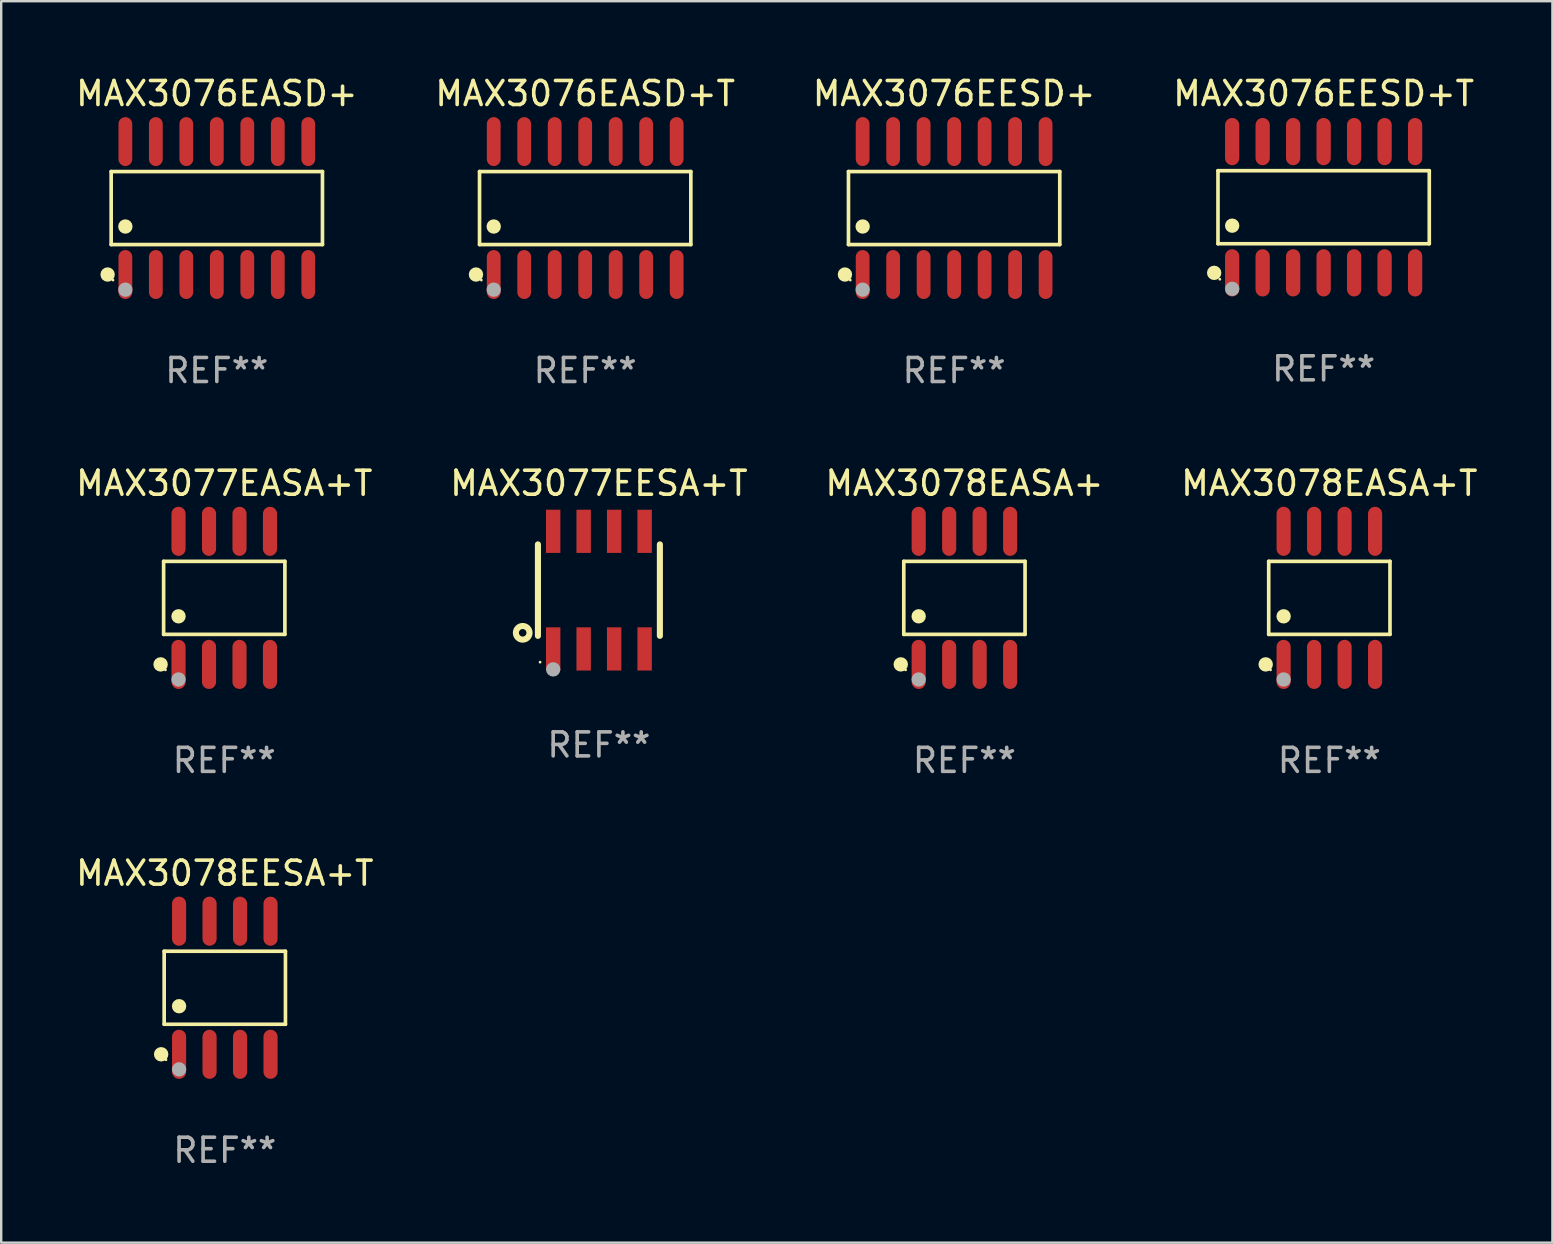
<source format=kicad_pcb>
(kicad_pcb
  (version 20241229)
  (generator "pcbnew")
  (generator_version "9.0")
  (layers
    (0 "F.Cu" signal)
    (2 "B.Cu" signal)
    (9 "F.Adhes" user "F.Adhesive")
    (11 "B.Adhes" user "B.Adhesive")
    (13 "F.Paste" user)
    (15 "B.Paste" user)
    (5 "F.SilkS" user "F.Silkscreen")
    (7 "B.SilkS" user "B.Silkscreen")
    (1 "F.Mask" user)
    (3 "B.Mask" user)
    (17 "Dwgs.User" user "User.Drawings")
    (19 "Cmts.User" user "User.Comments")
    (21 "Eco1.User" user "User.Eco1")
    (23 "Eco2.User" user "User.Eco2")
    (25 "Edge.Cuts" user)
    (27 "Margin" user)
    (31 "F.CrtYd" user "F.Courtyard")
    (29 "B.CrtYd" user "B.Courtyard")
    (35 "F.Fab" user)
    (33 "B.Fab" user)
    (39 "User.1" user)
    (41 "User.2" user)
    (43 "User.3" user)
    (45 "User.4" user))
  (footprint "MAX3077EESA+T"
    (layer "F.Cu")
    (at 21.899 21.533)
    (property "Reference" "MAX3077EESA+T" (at 0 -4.45 0) (layer "F.SilkS") (effects (font (size 1 1) (thickness 0.15))))
    (attr through_hole)
    (fp_line (start -2.54 -1.905) (end -2.54 1.905) (stroke (width 0.254) (type solid)) (layer "F.SilkS"))
    (fp_line (start 2.54 -1.905) (end 2.54 1.905) (stroke (width 0.254) (type solid)) (layer "F.SilkS"))
    (fp_circle (center -3.175 1.778) (end -2.891 1.778) (stroke (width 0.254) (type solid)) (fill no) (layer "F.SilkS"))
    (fp_circle (center -2.45 3) (end -2.42 3) (stroke (width 0.06) (type solid)) (fill no) (layer "F.SilkS"))
    (fp_circle (center -1.905 3.302) (end -1.755 3.302) (stroke (width 0.3) (type solid)) (fill no) (layer "F.Fab"))
    (fp_text user "REF**" (at 0 6.45 0) (layer "F.Fab") (effects (font (size 1 1) (thickness 0.15))))
    (pad "1" smd rect (at -1.905 2.45) (size 0.6 1.8) (layers "F.Cu" "F.Mask" "F.Paste"))
    (pad "2" smd rect (at -0.635 2.45) (size 0.6 1.8) (layers "F.Cu" "F.Mask" "F.Paste"))
    (pad "3" smd rect (at 0.635 2.45) (size 0.6 1.8) (layers "F.Cu" "F.Mask" "F.Paste"))
    (pad "4" smd rect (at 1.905 2.45) (size 0.6 1.8) (layers "F.Cu" "F.Mask" "F.Paste"))
    (pad "5" smd rect (at 1.905 -2.45 180) (size 0.6 1.8) (layers "F.Cu" "F.Mask" "F.Paste"))
    (pad "6" smd rect (at 0.635 -2.45 180) (size 0.6 1.8) (layers "F.Cu" "F.Mask" "F.Paste"))
    (pad "7" smd rect (at -0.635 -2.45 180) (size 0.6 1.8) (layers "F.Cu" "F.Mask" "F.Paste"))
    (pad "8" smd rect (at -1.905 -2.45 180) (size 0.6 1.8) (layers "F.Cu" "F.Mask" "F.Paste")))
  (footprint "MAX3077EASA+T"
    (layer "F.Cu")
    (at 6.292 21.855)
    (property "Reference" "MAX3077EASA+T" (at 0 -4.772 0) (layer "F.SilkS") (effects (font (size 1 1) (thickness 0.15))))
    (attr through_hole)
    (fp_line (start -2.526 -1.521) (end 2.526 -1.521) (stroke (width 0.152) (type solid)) (layer "F.SilkS"))
    (fp_line (start -2.526 1.521) (end -2.526 -1.521) (stroke (width 0.152) (type solid)) (layer "F.SilkS"))
    (fp_line (start 2.526 -1.521) (end 2.526 1.521) (stroke (width 0.152) (type solid)) (layer "F.SilkS"))
    (fp_line (start 2.526 1.521) (end -2.526 1.521) (stroke (width 0.152) (type solid)) (layer "F.SilkS"))
    (fp_circle (center -2.652 2.772) (end -2.501 2.772) (stroke (width 0.3) (type solid)) (fill no) (layer "F.SilkS"))
    (fp_circle (center -2.45 3) (end -2.42 3) (stroke (width 0.06) (type solid)) (fill no) (layer "F.SilkS"))
    (fp_circle (center -1.905 0.769) (end -1.755 0.769) (stroke (width 0.3) (type solid)) (fill no) (layer "F.SilkS"))
    (fp_circle (center -1.905 3.4) (end -1.755 3.4) (stroke (width 0.3) (type solid)) (fill no) (layer "F.Fab"))
    (fp_text user "REF**" (at 0 6.772 0) (layer "F.Fab") (effects (font (size 1 1) (thickness 0.15))))
    (pad "1" smd oval (at -1.905 2.772) (size 0.588 2.045) (layers "F.Cu" "F.Mask" "F.Paste"))
    (pad "2" smd oval (at -0.635 2.772) (size 0.588 2.045) (layers "F.Cu" "F.Mask" "F.Paste"))
    (pad "3" smd oval (at 0.635 2.772) (size 0.588 2.045) (layers "F.Cu" "F.Mask" "F.Paste"))
    (pad "4" smd oval (at 1.905 2.772) (size 0.588 2.045) (layers "F.Cu" "F.Mask" "F.Paste"))
    (pad "5" smd oval (at 1.905 -2.772) (size 0.588 2.045) (layers "F.Cu" "F.Mask" "F.Paste"))
    (pad "6" smd oval (at 0.635 -2.772) (size 0.588 2.045) (layers "F.Cu" "F.Mask" "F.Paste"))
    (pad "7" smd oval (at -0.635 -2.772) (size 0.588 2.045) (layers "F.Cu" "F.Mask" "F.Paste"))
    (pad "8" smd oval (at -1.905 -2.772) (size 0.588 2.045) (layers "F.Cu" "F.Mask" "F.Paste")))
  (footprint "MAX3078EASA+"
    (layer "F.Cu")
    (at 37.125 21.855)
    (property "Reference" "MAX3078EASA+" (at 0 -4.772 0) (layer "F.SilkS") (effects (font (size 1 1) (thickness 0.15))))
    (attr through_hole)
    (fp_line (start -2.526 -1.521) (end 2.526 -1.521) (stroke (width 0.152) (type solid)) (layer "F.SilkS"))
    (fp_line (start -2.526 1.521) (end -2.526 -1.521) (stroke (width 0.152) (type solid)) (layer "F.SilkS"))
    (fp_line (start 2.526 -1.521) (end 2.526 1.521) (stroke (width 0.152) (type solid)) (layer "F.SilkS"))
    (fp_line (start 2.526 1.521) (end -2.526 1.521) (stroke (width 0.152) (type solid)) (layer "F.SilkS"))
    (fp_circle (center -2.652 2.772) (end -2.501 2.772) (stroke (width 0.3) (type solid)) (fill no) (layer "F.SilkS"))
    (fp_circle (center -2.45 3) (end -2.42 3) (stroke (width 0.06) (type solid)) (fill no) (layer "F.SilkS"))
    (fp_circle (center -1.905 0.769) (end -1.755 0.769) (stroke (width 0.3) (type solid)) (fill no) (layer "F.SilkS"))
    (fp_circle (center -1.905 3.4) (end -1.755 3.4) (stroke (width 0.3) (type solid)) (fill no) (layer "F.Fab"))
    (fp_text user "REF**" (at 0 6.772 0) (layer "F.Fab") (effects (font (size 1 1) (thickness 0.15))))
    (pad "1" smd oval (at -1.905 2.772) (size 0.588 2.045) (layers "F.Cu" "F.Mask" "F.Paste"))
    (pad "2" smd oval (at -0.635 2.772) (size 0.588 2.045) (layers "F.Cu" "F.Mask" "F.Paste"))
    (pad "3" smd oval (at 0.635 2.772) (size 0.588 2.045) (layers "F.Cu" "F.Mask" "F.Paste"))
    (pad "4" smd oval (at 1.905 2.772) (size 0.588 2.045) (layers "F.Cu" "F.Mask" "F.Paste"))
    (pad "5" smd oval (at 1.905 -2.772) (size 0.588 2.045) (layers "F.Cu" "F.Mask" "F.Paste"))
    (pad "6" smd oval (at 0.635 -2.772) (size 0.588 2.045) (layers "F.Cu" "F.Mask" "F.Paste"))
    (pad "7" smd oval (at -0.635 -2.772) (size 0.588 2.045) (layers "F.Cu" "F.Mask" "F.Paste"))
    (pad "8" smd oval (at -1.905 -2.772) (size 0.588 2.045) (layers "F.Cu" "F.Mask" "F.Paste")))
  (footprint "MAX3078EESA+T"
    (layer "F.Cu")
    (at 6.315 38.097)
    (property "Reference" "MAX3078EESA+T" (at 0 -4.772 0) (layer "F.SilkS") (effects (font (size 1 1) (thickness 0.15))))
    (attr through_hole)
    (fp_line (start -2.526 -1.521) (end 2.526 -1.521) (stroke (width 0.152) (type solid)) (layer "F.SilkS"))
    (fp_line (start -2.526 1.521) (end -2.526 -1.521) (stroke (width 0.152) (type solid)) (layer "F.SilkS"))
    (fp_line (start 2.526 -1.521) (end 2.526 1.521) (stroke (width 0.152) (type solid)) (layer "F.SilkS"))
    (fp_line (start 2.526 1.521) (end -2.526 1.521) (stroke (width 0.152) (type solid)) (layer "F.SilkS"))
    (fp_circle (center -2.652 2.772) (end -2.501 2.772) (stroke (width 0.3) (type solid)) (fill no) (layer "F.SilkS"))
    (fp_circle (center -2.45 3) (end -2.42 3) (stroke (width 0.06) (type solid)) (fill no) (layer "F.SilkS"))
    (fp_circle (center -1.905 0.769) (end -1.755 0.769) (stroke (width 0.3) (type solid)) (fill no) (layer "F.SilkS"))
    (fp_circle (center -1.905 3.4) (end -1.755 3.4) (stroke (width 0.3) (type solid)) (fill no) (layer "F.Fab"))
    (fp_text user "REF**" (at 0 6.772 0) (layer "F.Fab") (effects (font (size 1 1) (thickness 0.15))))
    (pad "1" smd oval (at -1.905 2.772) (size 0.588 2.045) (layers "F.Cu" "F.Mask" "F.Paste"))
    (pad "2" smd oval (at -0.635 2.772) (size 0.588 2.045) (layers "F.Cu" "F.Mask" "F.Paste"))
    (pad "3" smd oval (at 0.635 2.772) (size 0.588 2.045) (layers "F.Cu" "F.Mask" "F.Paste"))
    (pad "4" smd oval (at 1.905 2.772) (size 0.588 2.045) (layers "F.Cu" "F.Mask" "F.Paste"))
    (pad "5" smd oval (at 1.905 -2.772) (size 0.588 2.045) (layers "F.Cu" "F.Mask" "F.Paste"))
    (pad "6" smd oval (at 0.635 -2.772) (size 0.588 2.045) (layers "F.Cu" "F.Mask" "F.Paste"))
    (pad "7" smd oval (at -0.635 -2.772) (size 0.588 2.045) (layers "F.Cu" "F.Mask" "F.Paste"))
    (pad "8" smd oval (at -1.905 -2.772) (size 0.588 2.045) (layers "F.Cu" "F.Mask" "F.Paste")))
  (footprint "MAX3076EESD+"
    (layer "F.Cu")
    (at 36.696 5.617)
    (property "Reference" "MAX3076EESD+" (at 0 -4.769 0) (layer "F.SilkS") (effects (font (size 1 1) (thickness 0.15))))
    (attr through_hole)
    (fp_line (start -4.401 -1.521) (end 4.401 -1.521) (stroke (width 0.152) (type solid)) (layer "F.SilkS"))
    (fp_line (start -4.401 1.521) (end -4.401 -1.521) (stroke (width 0.152) (type solid)) (layer "F.SilkS"))
    (fp_line (start 4.401 -1.521) (end 4.401 1.521) (stroke (width 0.152) (type solid)) (layer "F.SilkS"))
    (fp_line (start 4.401 1.521) (end -4.401 1.521) (stroke (width 0.152) (type solid)) (layer "F.SilkS"))
    (fp_circle (center -4.549 2.769) (end -4.399 2.769) (stroke (width 0.3) (type solid)) (fill no) (layer "F.SilkS"))
    (fp_circle (center -4.325 3) (end -4.295 3) (stroke (width 0.06) (type solid)) (fill no) (layer "F.SilkS"))
    (fp_circle (center -3.81 0.769) (end -3.66 0.769) (stroke (width 0.3) (type solid)) (fill no) (layer "F.SilkS"))
    (fp_circle (center -3.81 3.4) (end -3.66 3.4) (stroke (width 0.3) (type solid)) (fill no) (layer "F.Fab"))
    (fp_text user "REF**" (at 0 6.769 0) (layer "F.Fab") (effects (font (size 1 1) (thickness 0.15))))
    (pad "1" smd oval (at -3.81 2.769) (size 0.574 2.038) (layers "F.Cu" "F.Mask" "F.Paste"))
    (pad "2" smd oval (at -2.54 2.769) (size 0.574 2.038) (layers "F.Cu" "F.Mask" "F.Paste"))
    (pad "3" smd oval (at -1.27 2.769) (size 0.574 2.038) (layers "F.Cu" "F.Mask" "F.Paste"))
    (pad "4" smd oval (at 0 2.769) (size 0.574 2.038) (layers "F.Cu" "F.Mask" "F.Paste"))
    (pad "5" smd oval (at 1.27 2.769) (size 0.574 2.038) (layers "F.Cu" "F.Mask" "F.Paste"))
    (pad "6" smd oval (at 2.54 2.769) (size 0.574 2.038) (layers "F.Cu" "F.Mask" "F.Paste"))
    (pad "7" smd oval (at 3.81 2.769) (size 0.574 2.038) (layers "F.Cu" "F.Mask" "F.Paste"))
    (pad "8" smd oval (at 3.81 -2.769) (size 0.574 2.038) (layers "F.Cu" "F.Mask" "F.Paste"))
    (pad "9" smd oval (at 2.54 -2.769) (size 0.574 2.038) (layers "F.Cu" "F.Mask" "F.Paste"))
    (pad "10" smd oval (at 1.27 -2.769) (size 0.574 2.038) (layers "F.Cu" "F.Mask" "F.Paste"))
    (pad "11" smd oval (at 0 -2.769) (size 0.574 2.038) (layers "F.Cu" "F.Mask" "F.Paste"))
    (pad "12" smd oval (at -1.27 -2.769) (size 0.574 2.038) (layers "F.Cu" "F.Mask" "F.Paste"))
    (pad "13" smd oval (at -2.54 -2.769) (size 0.574 2.038) (layers "F.Cu" "F.Mask" "F.Paste"))
    (pad "14" smd oval (at -3.81 -2.769) (size 0.574 2.038) (layers "F.Cu" "F.Mask" "F.Paste")))
  (footprint "MAX3076EASD+"
    (layer "F.Cu")
    (at 5.982 5.617)
    (property "Reference" "MAX3076EASD+" (at 0 -4.769 0) (layer "F.SilkS") (effects (font (size 1 1) (thickness 0.15))))
    (attr through_hole)
    (fp_line (start -4.401 -1.521) (end 4.401 -1.521) (stroke (width 0.152) (type solid)) (layer "F.SilkS"))
    (fp_line (start -4.401 1.521) (end -4.401 -1.521) (stroke (width 0.152) (type solid)) (layer "F.SilkS"))
    (fp_line (start 4.401 -1.521) (end 4.401 1.521) (stroke (width 0.152) (type solid)) (layer "F.SilkS"))
    (fp_line (start 4.401 1.521) (end -4.401 1.521) (stroke (width 0.152) (type solid)) (layer "F.SilkS"))
    (fp_circle (center -4.549 2.769) (end -4.399 2.769) (stroke (width 0.3) (type solid)) (fill no) (layer "F.SilkS"))
    (fp_circle (center -4.325 3) (end -4.295 3) (stroke (width 0.06) (type solid)) (fill no) (layer "F.SilkS"))
    (fp_circle (center -3.81 0.769) (end -3.66 0.769) (stroke (width 0.3) (type solid)) (fill no) (layer "F.SilkS"))
    (fp_circle (center -3.81 3.4) (end -3.66 3.4) (stroke (width 0.3) (type solid)) (fill no) (layer "F.Fab"))
    (fp_text user "REF**" (at 0 6.769 0) (layer "F.Fab") (effects (font (size 1 1) (thickness 0.15))))
    (pad "1" smd oval (at -3.81 2.769) (size 0.574 2.038) (layers "F.Cu" "F.Mask" "F.Paste"))
    (pad "2" smd oval (at -2.54 2.769) (size 0.574 2.038) (layers "F.Cu" "F.Mask" "F.Paste"))
    (pad "3" smd oval (at -1.27 2.769) (size 0.574 2.038) (layers "F.Cu" "F.Mask" "F.Paste"))
    (pad "4" smd oval (at 0 2.769) (size 0.574 2.038) (layers "F.Cu" "F.Mask" "F.Paste"))
    (pad "5" smd oval (at 1.27 2.769) (size 0.574 2.038) (layers "F.Cu" "F.Mask" "F.Paste"))
    (pad "6" smd oval (at 2.54 2.769) (size 0.574 2.038) (layers "F.Cu" "F.Mask" "F.Paste"))
    (pad "7" smd oval (at 3.81 2.769) (size 0.574 2.038) (layers "F.Cu" "F.Mask" "F.Paste"))
    (pad "8" smd oval (at 3.81 -2.769) (size 0.574 2.038) (layers "F.Cu" "F.Mask" "F.Paste"))
    (pad "9" smd oval (at 2.54 -2.769) (size 0.574 2.038) (layers "F.Cu" "F.Mask" "F.Paste"))
    (pad "10" smd oval (at 1.27 -2.769) (size 0.574 2.038) (layers "F.Cu" "F.Mask" "F.Paste"))
    (pad "11" smd oval (at 0 -2.769) (size 0.574 2.038) (layers "F.Cu" "F.Mask" "F.Paste"))
    (pad "12" smd oval (at -1.27 -2.769) (size 0.574 2.038) (layers "F.Cu" "F.Mask" "F.Paste"))
    (pad "13" smd oval (at -2.54 -2.769) (size 0.574 2.038) (layers "F.Cu" "F.Mask" "F.Paste"))
    (pad "14" smd oval (at -3.81 -2.769) (size 0.574 2.038) (layers "F.Cu" "F.Mask" "F.Paste")))
  (footprint "MAX3078EASA+T"
    (layer "F.Cu")
    (at 52.327 21.855)
    (property "Reference" "MAX3078EASA+T" (at 0 -4.772 0) (layer "F.SilkS") (effects (font (size 1 1) (thickness 0.15))))
    (attr through_hole)
    (fp_line (start -2.526 -1.521) (end 2.526 -1.521) (stroke (width 0.152) (type solid)) (layer "F.SilkS"))
    (fp_line (start -2.526 1.521) (end -2.526 -1.521) (stroke (width 0.152) (type solid)) (layer "F.SilkS"))
    (fp_line (start 2.526 -1.521) (end 2.526 1.521) (stroke (width 0.152) (type solid)) (layer "F.SilkS"))
    (fp_line (start 2.526 1.521) (end -2.526 1.521) (stroke (width 0.152) (type solid)) (layer "F.SilkS"))
    (fp_circle (center -2.652 2.772) (end -2.501 2.772) (stroke (width 0.3) (type solid)) (fill no) (layer "F.SilkS"))
    (fp_circle (center -2.45 3) (end -2.42 3) (stroke (width 0.06) (type solid)) (fill no) (layer "F.SilkS"))
    (fp_circle (center -1.905 0.769) (end -1.755 0.769) (stroke (width 0.3) (type solid)) (fill no) (layer "F.SilkS"))
    (fp_circle (center -1.905 3.4) (end -1.755 3.4) (stroke (width 0.3) (type solid)) (fill no) (layer "F.Fab"))
    (fp_text user "REF**" (at 0 6.772 0) (layer "F.Fab") (effects (font (size 1 1) (thickness 0.15))))
    (pad "1" smd oval (at -1.905 2.772) (size 0.588 2.045) (layers "F.Cu" "F.Mask" "F.Paste"))
    (pad "2" smd oval (at -0.635 2.772) (size 0.588 2.045) (layers "F.Cu" "F.Mask" "F.Paste"))
    (pad "3" smd oval (at 0.635 2.772) (size 0.588 2.045) (layers "F.Cu" "F.Mask" "F.Paste"))
    (pad "4" smd oval (at 1.905 2.772) (size 0.588 2.045) (layers "F.Cu" "F.Mask" "F.Paste"))
    (pad "5" smd oval (at 1.905 -2.772) (size 0.588 2.045) (layers "F.Cu" "F.Mask" "F.Paste"))
    (pad "6" smd oval (at 0.635 -2.772) (size 0.588 2.045) (layers "F.Cu" "F.Mask" "F.Paste"))
    (pad "7" smd oval (at -0.635 -2.772) (size 0.588 2.045) (layers "F.Cu" "F.Mask" "F.Paste"))
    (pad "8" smd oval (at -1.905 -2.772) (size 0.588 2.045) (layers "F.Cu" "F.Mask" "F.Paste")))
  (footprint "MAX3076EASD+T"
    (layer "F.Cu")
    (at 21.327 5.617)
    (property "Reference" "MAX3076EASD+T" (at 0 -4.769 0) (layer "F.SilkS") (effects (font (size 1 1) (thickness 0.15))))
    (attr through_hole)
    (fp_line (start -4.401 -1.521) (end 4.401 -1.521) (stroke (width 0.152) (type solid)) (layer "F.SilkS"))
    (fp_line (start -4.401 1.521) (end -4.401 -1.521) (stroke (width 0.152) (type solid)) (layer "F.SilkS"))
    (fp_line (start 4.401 -1.521) (end 4.401 1.521) (stroke (width 0.152) (type solid)) (layer "F.SilkS"))
    (fp_line (start 4.401 1.521) (end -4.401 1.521) (stroke (width 0.152) (type solid)) (layer "F.SilkS"))
    (fp_circle (center -4.549 2.769) (end -4.399 2.769) (stroke (width 0.3) (type solid)) (fill no) (layer "F.SilkS"))
    (fp_circle (center -4.325 3) (end -4.295 3) (stroke (width 0.06) (type solid)) (fill no) (layer "F.SilkS"))
    (fp_circle (center -3.81 0.769) (end -3.66 0.769) (stroke (width 0.3) (type solid)) (fill no) (layer "F.SilkS"))
    (fp_circle (center -3.81 3.4) (end -3.66 3.4) (stroke (width 0.3) (type solid)) (fill no) (layer "F.Fab"))
    (fp_text user "REF**" (at 0 6.769 0) (layer "F.Fab") (effects (font (size 1 1) (thickness 0.15))))
    (pad "1" smd oval (at -3.81 2.769) (size 0.574 2.038) (layers "F.Cu" "F.Mask" "F.Paste"))
    (pad "2" smd oval (at -2.54 2.769) (size 0.574 2.038) (layers "F.Cu" "F.Mask" "F.Paste"))
    (pad "3" smd oval (at -1.27 2.769) (size 0.574 2.038) (layers "F.Cu" "F.Mask" "F.Paste"))
    (pad "4" smd oval (at 0 2.769) (size 0.574 2.038) (layers "F.Cu" "F.Mask" "F.Paste"))
    (pad "5" smd oval (at 1.27 2.769) (size 0.574 2.038) (layers "F.Cu" "F.Mask" "F.Paste"))
    (pad "6" smd oval (at 2.54 2.769) (size 0.574 2.038) (layers "F.Cu" "F.Mask" "F.Paste"))
    (pad "7" smd oval (at 3.81 2.769) (size 0.574 2.038) (layers "F.Cu" "F.Mask" "F.Paste"))
    (pad "8" smd oval (at 3.81 -2.769) (size 0.574 2.038) (layers "F.Cu" "F.Mask" "F.Paste"))
    (pad "9" smd oval (at 2.54 -2.769) (size 0.574 2.038) (layers "F.Cu" "F.Mask" "F.Paste"))
    (pad "10" smd oval (at 1.27 -2.769) (size 0.574 2.038) (layers "F.Cu" "F.Mask" "F.Paste"))
    (pad "11" smd oval (at 0 -2.769) (size 0.574 2.038) (layers "F.Cu" "F.Mask" "F.Paste"))
    (pad "12" smd oval (at -1.27 -2.769) (size 0.574 2.038) (layers "F.Cu" "F.Mask" "F.Paste"))
    (pad "13" smd oval (at -2.54 -2.769) (size 0.574 2.038) (layers "F.Cu" "F.Mask" "F.Paste"))
    (pad "14" smd oval (at -3.81 -2.769) (size 0.574 2.038) (layers "F.Cu" "F.Mask" "F.Paste")))
  (footprint "MAX3076EESD+T"
    (layer "F.Cu")
    (at 52.089 5.582)
    (property "Reference" "MAX3076EESD+T" (at 0 -4.734 0) (layer "F.SilkS") (effects (font (size 1 1) (thickness 0.15))))
    (attr through_hole)
    (fp_line (start -4.401 -1.521) (end 4.401 -1.521) (stroke (width 0.152) (type solid)) (layer "F.SilkS"))
    (fp_line (start -4.401 1.521) (end -4.401 -1.521) (stroke (width 0.152) (type solid)) (layer "F.SilkS"))
    (fp_line (start 4.401 -1.521) (end 4.401 1.521) (stroke (width 0.152) (type solid)) (layer "F.SilkS"))
    (fp_line (start 4.401 1.521) (end -4.401 1.521) (stroke (width 0.152) (type solid)) (layer "F.SilkS"))
    (fp_circle (center -4.56 2.734) (end -4.41 2.734) (stroke (width 0.3) (type solid)) (fill no) (layer "F.SilkS"))
    (fp_circle (center -4.325 3) (end -4.295 3) (stroke (width 0.06) (type solid)) (fill no) (layer "F.SilkS"))
    (fp_circle (center -3.81 0.769) (end -3.66 0.769) (stroke (width 0.3) (type solid)) (fill no) (layer "F.SilkS"))
    (fp_circle (center -3.81 3.4) (end -3.66 3.4) (stroke (width 0.3) (type solid)) (fill no) (layer "F.Fab"))
    (fp_text user "REF**" (at 0 6.734 0) (layer "F.Fab") (effects (font (size 1 1) (thickness 0.15))))
    (pad "1" smd oval (at -3.81 2.734) (size 0.595 1.968) (layers "F.Cu" "F.Mask" "F.Paste"))
    (pad "2" smd oval (at -2.54 2.734) (size 0.595 1.968) (layers "F.Cu" "F.Mask" "F.Paste"))
    (pad "3" smd oval (at -1.27 2.734) (size 0.595 1.968) (layers "F.Cu" "F.Mask" "F.Paste"))
    (pad "4" smd oval (at 0 2.734) (size 0.595 1.968) (layers "F.Cu" "F.Mask" "F.Paste"))
    (pad "5" smd oval (at 1.27 2.734) (size 0.595 1.968) (layers "F.Cu" "F.Mask" "F.Paste"))
    (pad "6" smd oval (at 2.54 2.734) (size 0.595 1.968) (layers "F.Cu" "F.Mask" "F.Paste"))
    (pad "7" smd oval (at 3.81 2.734) (size 0.595 1.968) (layers "F.Cu" "F.Mask" "F.Paste"))
    (pad "8" smd oval (at 3.81 -2.734) (size 0.595 1.968) (layers "F.Cu" "F.Mask" "F.Paste"))
    (pad "9" smd oval (at 2.54 -2.734) (size 0.595 1.968) (layers "F.Cu" "F.Mask" "F.Paste"))
    (pad "10" smd oval (at 1.27 -2.734) (size 0.595 1.968) (layers "F.Cu" "F.Mask" "F.Paste"))
    (pad "11" smd oval (at 0 -2.734) (size 0.595 1.968) (layers "F.Cu" "F.Mask" "F.Paste"))
    (pad "12" smd oval (at -1.27 -2.734) (size 0.595 1.968) (layers "F.Cu" "F.Mask" "F.Paste"))
    (pad "13" smd oval (at -2.54 -2.734) (size 0.595 1.968) (layers "F.Cu" "F.Mask" "F.Paste"))
    (pad "14" smd oval (at -3.81 -2.734) (size 0.595 1.968) (layers "F.Cu" "F.Mask" "F.Paste")))
  (gr_rect
    (start -3 -3)
    (end 61.619 48.717)
    (stroke (width 0.1) (type default))
    (fill no)
    (layer "Edge.Cuts")))
</source>
